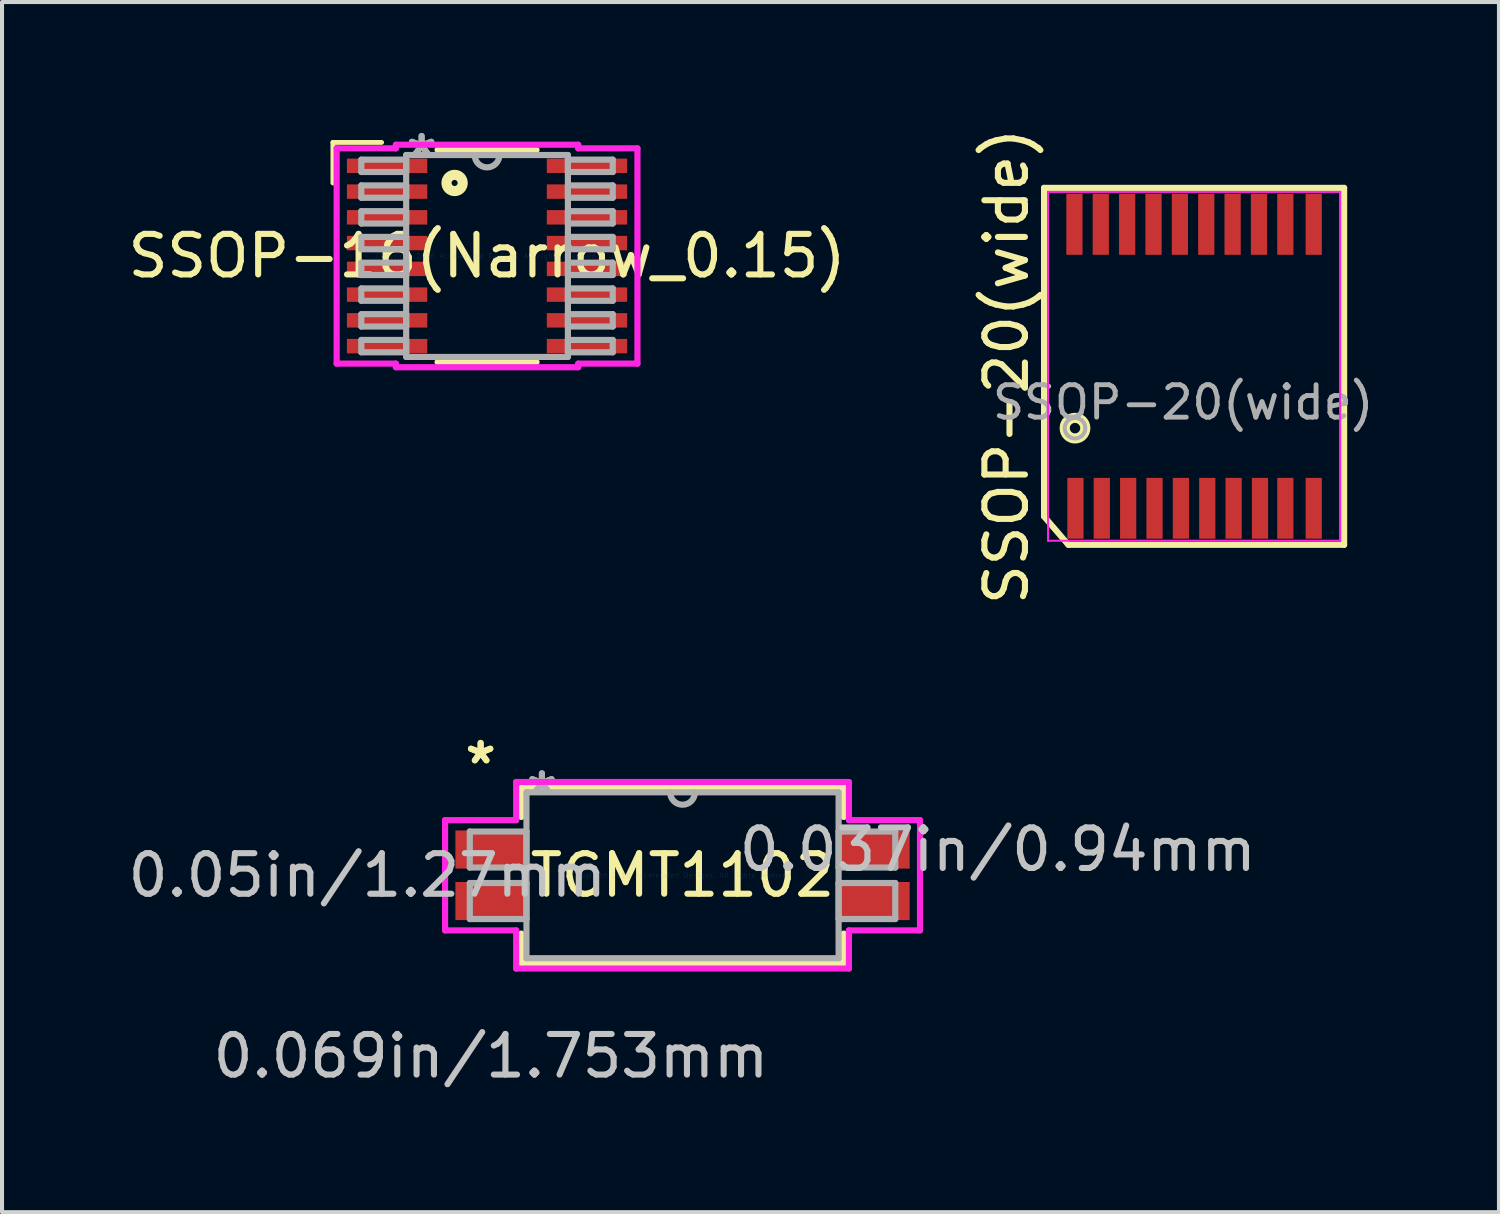
<source format=kicad_pcb>
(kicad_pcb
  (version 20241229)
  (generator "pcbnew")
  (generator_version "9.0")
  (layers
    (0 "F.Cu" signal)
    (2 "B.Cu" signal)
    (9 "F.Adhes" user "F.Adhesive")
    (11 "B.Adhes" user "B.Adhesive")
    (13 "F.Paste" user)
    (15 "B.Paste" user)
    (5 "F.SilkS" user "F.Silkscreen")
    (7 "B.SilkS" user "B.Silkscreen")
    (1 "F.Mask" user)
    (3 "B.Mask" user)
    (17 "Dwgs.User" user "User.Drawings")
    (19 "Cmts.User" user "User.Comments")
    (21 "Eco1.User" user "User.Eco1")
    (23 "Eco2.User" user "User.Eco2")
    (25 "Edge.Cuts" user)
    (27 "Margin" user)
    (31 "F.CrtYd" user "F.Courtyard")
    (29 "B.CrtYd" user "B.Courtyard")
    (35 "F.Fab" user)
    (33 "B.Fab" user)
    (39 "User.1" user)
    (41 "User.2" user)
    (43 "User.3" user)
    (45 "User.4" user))
  (footprint "SSOP-20(wide)"
    (layer "F.Cu")
    (at 26.39 5.982)
    (property "Reference" "SSOP-20(wide)" (at -4.625 0 90) (layer "F.SilkS") (effects (font (size 1 1) (thickness 0.15))))
    (attr smd)
    (fp_line (start -3.7 -4.4) (end 3.7 -4.4) (stroke (width 0.15) (type solid)) (layer "F.SilkS"))
    (fp_line (start -3.7 3.7) (end -3.7 -4.4) (stroke (width 0.15) (type solid)) (layer "F.SilkS"))
    (fp_line (start -3.1 4.4) (end -3.7 3.7) (stroke (width 0.15) (type solid)) (layer "F.SilkS"))
    (fp_line (start 3.7 -4.4) (end 3.7 4.4) (stroke (width 0.15) (type solid)) (layer "F.SilkS"))
    (fp_line (start 3.7 4.4) (end -3.1 4.4) (stroke (width 0.15) (type solid)) (layer "F.SilkS"))
    (fp_circle (center -2.936 1.524) (end -2.682 1.524) (stroke (width 0.25) (type solid)) (fill no) (layer "F.SilkS"))
    (fp_line (start -3.6 -4.3) (end 3.6 -4.3) (stroke (width 0.05) (type solid)) (layer "F.CrtYd"))
    (fp_line (start -3.6 4.3) (end -3.6 -4.3) (stroke (width 0.05) (type solid)) (layer "F.CrtYd"))
    (fp_line (start 3.6 -4.3) (end 3.6 4.3) (stroke (width 0.05) (type solid)) (layer "F.CrtYd"))
    (fp_line (start 3.6 4.3) (end -3.6 4.3) (stroke (width 0.05) (type solid)) (layer "F.CrtYd"))
    (fp_circle (center -2.936 1.524) (end -2.682 1.524) (stroke (width 0.1) (type solid)) (fill no) (layer "F.Fab"))
    (fp_text user "${REFERENCE}" (at -0.269 0.889 0) (layer "F.Fab") (effects (font (size 0.8 0.8) (thickness 0.12))))
    (pad "1" smd rect (at -2.925 3.5) (size 0.4 1.5) (layers "F.Cu" "F.Mask" "F.Paste"))
    (pad "2" smd rect (at -2.275 3.5) (size 0.4 1.5) (layers "F.Cu" "F.Mask" "F.Paste"))
    (pad "3" smd rect (at -1.625 3.5) (size 0.4 1.5) (layers "F.Cu" "F.Mask" "F.Paste"))
    (pad "4" smd rect (at -0.975 3.5) (size 0.4 1.5) (layers "F.Cu" "F.Mask" "F.Paste"))
    (pad "5" smd rect (at -0.325 3.5) (size 0.4 1.5) (layers "F.Cu" "F.Mask" "F.Paste"))
    (pad "6" smd rect (at 0.325 3.5) (size 0.4 1.5) (layers "F.Cu" "F.Mask" "F.Paste"))
    (pad "7" smd rect (at 0.975 3.5) (size 0.4 1.5) (layers "F.Cu" "F.Mask" "F.Paste"))
    (pad "8" smd rect (at 1.625 3.5) (size 0.4 1.5) (layers "F.Cu" "F.Mask" "F.Paste"))
    (pad "9" smd rect (at 2.25 3.5) (size 0.4 1.5) (layers "F.Cu" "F.Mask" "F.Paste"))
    (pad "10" smd rect (at 2.95 3.5) (size 0.4 1.5) (layers "F.Cu" "F.Mask" "F.Paste"))
    (pad "11" smd rect (at 2.95 -3.5) (size 0.4 1.5) (layers "F.Cu" "F.Mask" "F.Paste"))
    (pad "12" smd rect (at 2.25 -3.5) (size 0.4 1.5) (layers "F.Cu" "F.Mask" "F.Paste"))
    (pad "13" smd rect (at 1.6 -3.5) (size 0.4 1.5) (layers "F.Cu" "F.Mask" "F.Paste"))
    (pad "14" smd rect (at 0.95 -3.5) (size 0.4 1.5) (layers "F.Cu" "F.Mask" "F.Paste"))
    (pad "15" smd rect (at 0.3 -3.5) (size 0.4 1.5) (layers "F.Cu" "F.Mask" "F.Paste"))
    (pad "16" smd rect (at -0.35 -3.5) (size 0.4 1.5) (layers "F.Cu" "F.Mask" "F.Paste"))
    (pad "17" smd rect (at -1 -3.5) (size 0.4 1.5) (layers "F.Cu" "F.Mask" "F.Paste"))
    (pad "18" smd rect (at -1.65 -3.5) (size 0.4 1.5) (layers "F.Cu" "F.Mask" "F.Paste"))
    (pad "19" smd rect (at -2.3 -3.5) (size 0.4 1.5) (layers "F.Cu" "F.Mask" "F.Paste"))
    (pad "20" smd rect (at -2.95 -3.5) (size 0.4 1.5) (layers "F.Cu" "F.Mask" "F.Paste")))
  (footprint "SSOP-16(Narrow_0.15)"
    (layer "F.Cu")
    (at 8.958 3.261)
    (property "Reference" "SSOP-16(Narrow_0.15)" (at 0 0 0) (layer "F.SilkS") (effects (font (size 1 1) (thickness 0.15))))
    (attr through_hole)
    (fp_line (start -3.8 -2.8) (end -3.8 -1.8) (stroke (width 0.12) (type solid)) (layer "F.SilkS"))
    (fp_line (start -2.6 -2.8) (end -3.8 -2.8) (stroke (width 0.12) (type solid)) (layer "F.SilkS"))
    (fp_line (start -1.22 2.616) (end 1.22 2.616) (stroke (width 0.152) (type solid)) (layer "F.SilkS"))
    (fp_line (start 1.22 -2.616) (end -1.22 -2.616) (stroke (width 0.152) (type solid)) (layer "F.SilkS"))
    (fp_circle (center -0.8 -1.8) (end -0.6 -1.8) (stroke (width 0.25) (type solid)) (fill no) (layer "F.SilkS"))
    (fp_line (start -3.708 -2.654) (end -2.248 -2.654) (stroke (width 0.152) (type solid)) (layer "F.CrtYd"))
    (fp_line (start -3.708 2.654) (end -3.708 -2.654) (stroke (width 0.152) (type solid)) (layer "F.CrtYd"))
    (fp_line (start -2.248 -2.743) (end 2.248 -2.743) (stroke (width 0.152) (type solid)) (layer "F.CrtYd"))
    (fp_line (start -2.248 -2.654) (end -2.248 -2.743) (stroke (width 0.152) (type solid)) (layer "F.CrtYd"))
    (fp_line (start -2.248 2.654) (end -3.708 2.654) (stroke (width 0.152) (type solid)) (layer "F.CrtYd"))
    (fp_line (start -2.248 2.743) (end -2.248 2.654) (stroke (width 0.152) (type solid)) (layer "F.CrtYd"))
    (fp_line (start 2.248 -2.743) (end 2.248 -2.654) (stroke (width 0.152) (type solid)) (layer "F.CrtYd"))
    (fp_line (start 2.248 -2.654) (end 3.708 -2.654) (stroke (width 0.152) (type solid)) (layer "F.CrtYd"))
    (fp_line (start 2.248 2.654) (end 2.248 2.743) (stroke (width 0.152) (type solid)) (layer "F.CrtYd"))
    (fp_line (start 2.248 2.743) (end -2.248 2.743) (stroke (width 0.152) (type solid)) (layer "F.CrtYd"))
    (fp_line (start 3.708 -2.654) (end 3.708 2.654) (stroke (width 0.152) (type solid)) (layer "F.CrtYd"))
    (fp_line (start 3.708 2.654) (end 2.248 2.654) (stroke (width 0.152) (type solid)) (layer "F.CrtYd"))
    (fp_line (start -3.099 -2.375) (end -3.099 -2.07) (stroke (width 0.152) (type solid)) (layer "F.Fab"))
    (fp_line (start -3.099 -2.07) (end -1.994 -2.07) (stroke (width 0.152) (type solid)) (layer "F.Fab"))
    (fp_line (start -3.099 -1.74) (end -3.099 -1.435) (stroke (width 0.152) (type solid)) (layer "F.Fab"))
    (fp_line (start -3.099 -1.435) (end -1.994 -1.435) (stroke (width 0.152) (type solid)) (layer "F.Fab"))
    (fp_line (start -3.099 -1.105) (end -3.099 -0.8) (stroke (width 0.152) (type solid)) (layer "F.Fab"))
    (fp_line (start -3.099 -0.8) (end -1.994 -0.8) (stroke (width 0.152) (type solid)) (layer "F.Fab"))
    (fp_line (start -3.099 -0.47) (end -3.099 -0.165) (stroke (width 0.152) (type solid)) (layer "F.Fab"))
    (fp_line (start -3.099 -0.165) (end -1.994 -0.165) (stroke (width 0.152) (type solid)) (layer "F.Fab"))
    (fp_line (start -3.099 0.165) (end -3.099 0.47) (stroke (width 0.152) (type solid)) (layer "F.Fab"))
    (fp_line (start -3.099 0.47) (end -1.994 0.47) (stroke (width 0.152) (type solid)) (layer "F.Fab"))
    (fp_line (start -3.099 0.8) (end -3.099 1.105) (stroke (width 0.152) (type solid)) (layer "F.Fab"))
    (fp_line (start -3.099 1.105) (end -1.994 1.105) (stroke (width 0.152) (type solid)) (layer "F.Fab"))
    (fp_line (start -3.099 1.435) (end -3.099 1.74) (stroke (width 0.152) (type solid)) (layer "F.Fab"))
    (fp_line (start -3.099 1.74) (end -1.994 1.74) (stroke (width 0.152) (type solid)) (layer "F.Fab"))
    (fp_line (start -3.099 2.07) (end -3.099 2.375) (stroke (width 0.152) (type solid)) (layer "F.Fab"))
    (fp_line (start -3.099 2.375) (end -1.994 2.375) (stroke (width 0.152) (type solid)) (layer "F.Fab"))
    (fp_line (start -1.994 -2.489) (end -1.994 2.489) (stroke (width 0.152) (type solid)) (layer "F.Fab"))
    (fp_line (start -1.994 -2.375) (end -3.099 -2.375) (stroke (width 0.152) (type solid)) (layer "F.Fab"))
    (fp_line (start -1.994 -2.07) (end -1.994 -2.375) (stroke (width 0.152) (type solid)) (layer "F.Fab"))
    (fp_line (start -1.994 -1.74) (end -3.099 -1.74) (stroke (width 0.152) (type solid)) (layer "F.Fab"))
    (fp_line (start -1.994 -1.435) (end -1.994 -1.74) (stroke (width 0.152) (type solid)) (layer "F.Fab"))
    (fp_line (start -1.994 -1.105) (end -3.099 -1.105) (stroke (width 0.152) (type solid)) (layer "F.Fab"))
    (fp_line (start -1.994 -0.8) (end -1.994 -1.105) (stroke (width 0.152) (type solid)) (layer "F.Fab"))
    (fp_line (start -1.994 -0.47) (end -3.099 -0.47) (stroke (width 0.152) (type solid)) (layer "F.Fab"))
    (fp_line (start -1.994 -0.165) (end -1.994 -0.47) (stroke (width 0.152) (type solid)) (layer "F.Fab"))
    (fp_line (start -1.994 0.165) (end -3.099 0.165) (stroke (width 0.152) (type solid)) (layer "F.Fab"))
    (fp_line (start -1.994 0.47) (end -1.994 0.165) (stroke (width 0.152) (type solid)) (layer "F.Fab"))
    (fp_line (start -1.994 0.8) (end -3.099 0.8) (stroke (width 0.152) (type solid)) (layer "F.Fab"))
    (fp_line (start -1.994 1.105) (end -1.994 0.8) (stroke (width 0.152) (type solid)) (layer "F.Fab"))
    (fp_line (start -1.994 1.435) (end -3.099 1.435) (stroke (width 0.152) (type solid)) (layer "F.Fab"))
    (fp_line (start -1.994 1.74) (end -1.994 1.435) (stroke (width 0.152) (type solid)) (layer "F.Fab"))
    (fp_line (start -1.994 2.07) (end -3.099 2.07) (stroke (width 0.152) (type solid)) (layer "F.Fab"))
    (fp_line (start -1.994 2.375) (end -1.994 2.07) (stroke (width 0.152) (type solid)) (layer "F.Fab"))
    (fp_line (start -1.994 2.489) (end 1.994 2.489) (stroke (width 0.152) (type solid)) (layer "F.Fab"))
    (fp_line (start 1.994 -2.489) (end -1.994 -2.489) (stroke (width 0.152) (type solid)) (layer "F.Fab"))
    (fp_line (start 1.994 -2.375) (end 1.994 -2.07) (stroke (width 0.152) (type solid)) (layer "F.Fab"))
    (fp_line (start 1.994 -2.07) (end 3.099 -2.07) (stroke (width 0.152) (type solid)) (layer "F.Fab"))
    (fp_line (start 1.994 -1.74) (end 1.994 -1.435) (stroke (width 0.152) (type solid)) (layer "F.Fab"))
    (fp_line (start 1.994 -1.435) (end 3.099 -1.435) (stroke (width 0.152) (type solid)) (layer "F.Fab"))
    (fp_line (start 1.994 -1.105) (end 1.994 -0.8) (stroke (width 0.152) (type solid)) (layer "F.Fab"))
    (fp_line (start 1.994 -0.8) (end 3.099 -0.8) (stroke (width 0.152) (type solid)) (layer "F.Fab"))
    (fp_line (start 1.994 -0.47) (end 1.994 -0.165) (stroke (width 0.152) (type solid)) (layer "F.Fab"))
    (fp_line (start 1.994 -0.165) (end 3.099 -0.165) (stroke (width 0.152) (type solid)) (layer "F.Fab"))
    (fp_line (start 1.994 0.165) (end 1.994 0.47) (stroke (width 0.152) (type solid)) (layer "F.Fab"))
    (fp_line (start 1.994 0.47) (end 3.099 0.47) (stroke (width 0.152) (type solid)) (layer "F.Fab"))
    (fp_line (start 1.994 0.8) (end 1.994 1.105) (stroke (width 0.152) (type solid)) (layer "F.Fab"))
    (fp_line (start 1.994 1.105) (end 3.099 1.105) (stroke (width 0.152) (type solid)) (layer "F.Fab"))
    (fp_line (start 1.994 1.435) (end 1.994 1.74) (stroke (width 0.152) (type solid)) (layer "F.Fab"))
    (fp_line (start 1.994 1.74) (end 3.099 1.74) (stroke (width 0.152) (type solid)) (layer "F.Fab"))
    (fp_line (start 1.994 2.07) (end 1.994 2.375) (stroke (width 0.152) (type solid)) (layer "F.Fab"))
    (fp_line (start 1.994 2.375) (end 3.099 2.375) (stroke (width 0.152) (type solid)) (layer "F.Fab"))
    (fp_line (start 1.994 2.489) (end 1.994 -2.489) (stroke (width 0.152) (type solid)) (layer "F.Fab"))
    (fp_line (start 3.099 -2.375) (end 1.994 -2.375) (stroke (width 0.152) (type solid)) (layer "F.Fab"))
    (fp_line (start 3.099 -2.07) (end 3.099 -2.375) (stroke (width 0.152) (type solid)) (layer "F.Fab"))
    (fp_line (start 3.099 -1.74) (end 1.994 -1.74) (stroke (width 0.152) (type solid)) (layer "F.Fab"))
    (fp_line (start 3.099 -1.435) (end 3.099 -1.74) (stroke (width 0.152) (type solid)) (layer "F.Fab"))
    (fp_line (start 3.099 -1.105) (end 1.994 -1.105) (stroke (width 0.152) (type solid)) (layer "F.Fab"))
    (fp_line (start 3.099 -0.8) (end 3.099 -1.105) (stroke (width 0.152) (type solid)) (layer "F.Fab"))
    (fp_line (start 3.099 -0.47) (end 1.994 -0.47) (stroke (width 0.152) (type solid)) (layer "F.Fab"))
    (fp_line (start 3.099 -0.165) (end 3.099 -0.47) (stroke (width 0.152) (type solid)) (layer "F.Fab"))
    (fp_line (start 3.099 0.165) (end 1.994 0.165) (stroke (width 0.152) (type solid)) (layer "F.Fab"))
    (fp_line (start 3.099 0.47) (end 3.099 0.165) (stroke (width 0.152) (type solid)) (layer "F.Fab"))
    (fp_line (start 3.099 0.8) (end 1.994 0.8) (stroke (width 0.152) (type solid)) (layer "F.Fab"))
    (fp_line (start 3.099 1.105) (end 3.099 0.8) (stroke (width 0.152) (type solid)) (layer "F.Fab"))
    (fp_line (start 3.099 1.435) (end 1.994 1.435) (stroke (width 0.152) (type solid)) (layer "F.Fab"))
    (fp_line (start 3.099 1.74) (end 3.099 1.435) (stroke (width 0.152) (type solid)) (layer "F.Fab"))
    (fp_line (start 3.099 2.07) (end 1.994 2.07) (stroke (width 0.152) (type solid)) (layer "F.Fab"))
    (fp_line (start 3.099 2.375) (end 3.099 2.07) (stroke (width 0.152) (type solid)) (layer "F.Fab"))
    (fp_arc (start 0.3048 -2.4892) (mid 0 -2.1844) (end -0.3048 -2.4892) (stroke (width 0.1524) (type solid)) (layer "F.Fab"))
    (fp_text user "Copyright 2016 Accelerated Designs. All rights reserved." (at 0 0 0) (layer "Cmts.User") (effects (font (size 0.127 0.127) (thickness 0.002))))
    (fp_text user "*" (at -1.613 -2.413 0) (layer "F.Fab") (effects (font (size 1 1) (thickness 0.15))))
    (fp_text user "*" (at -1.613 -2.413 0) (layer "F.Fab") (effects (font (size 1 1) (thickness 0.15))))
    (pad "1" smd rect (at -2.464 -2.223) (size 1.981 0.356) (layers "F.Cu" "F.Mask" "F.Paste"))
    (pad "2" smd rect (at -2.464 -1.587) (size 1.981 0.356) (layers "F.Cu" "F.Mask" "F.Paste"))
    (pad "3" smd rect (at -2.464 -0.953) (size 1.981 0.356) (layers "F.Cu" "F.Mask" "F.Paste"))
    (pad "4" smd rect (at -2.464 -0.318) (size 1.981 0.356) (layers "F.Cu" "F.Mask" "F.Paste"))
    (pad "5" smd rect (at -2.464 0.318) (size 1.981 0.356) (layers "F.Cu" "F.Mask" "F.Paste"))
    (pad "6" smd rect (at -2.464 0.953) (size 1.981 0.356) (layers "F.Cu" "F.Mask" "F.Paste"))
    (pad "7" smd rect (at -2.464 1.587) (size 1.981 0.356) (layers "F.Cu" "F.Mask" "F.Paste"))
    (pad "8" smd rect (at -2.464 2.223) (size 1.981 0.356) (layers "F.Cu" "F.Mask" "F.Paste"))
    (pad "9" smd rect (at 2.464 2.223) (size 1.981 0.356) (layers "F.Cu" "F.Mask" "F.Paste"))
    (pad "10" smd rect (at 2.464 1.587) (size 1.981 0.356) (layers "F.Cu" "F.Mask" "F.Paste"))
    (pad "11" smd rect (at 2.464 0.953) (size 1.981 0.356) (layers "F.Cu" "F.Mask" "F.Paste"))
    (pad "12" smd rect (at 2.464 0.318) (size 1.981 0.356) (layers "F.Cu" "F.Mask" "F.Paste"))
    (pad "13" smd rect (at 2.464 -0.318) (size 1.981 0.356) (layers "F.Cu" "F.Mask" "F.Paste"))
    (pad "14" smd rect (at 2.464 -0.953) (size 1.981 0.356) (layers "F.Cu" "F.Mask" "F.Paste"))
    (pad "15" smd rect (at 2.464 -1.587) (size 1.981 0.356) (layers "F.Cu" "F.Mask" "F.Paste"))
    (pad "16" smd rect (at 2.464 -2.223) (size 1.981 0.356) (layers "F.Cu" "F.Mask" "F.Paste")))
  (footprint "TCMT1102"
    (layer "F.Cu")
    (at 13.778 18.53)
    (property "Reference" "TCMT1102" (at 0 0 0) (layer "F.SilkS") (effects (font (size 1 1) (thickness 0.15))))
    (attr through_hole)
    (fp_line (start -3.975 -2.172) (end -3.975 -1.438) (stroke (width 0.152) (type solid)) (layer "F.SilkS"))
    (fp_line (start -3.975 1.438) (end -3.975 2.172) (stroke (width 0.152) (type solid)) (layer "F.SilkS"))
    (fp_line (start -3.975 2.172) (end 3.975 2.172) (stroke (width 0.152) (type solid)) (layer "F.SilkS"))
    (fp_line (start 3.975 -2.172) (end -3.975 -2.172) (stroke (width 0.152) (type solid)) (layer "F.SilkS"))
    (fp_line (start 3.975 -1.438) (end 3.975 -2.172) (stroke (width 0.152) (type solid)) (layer "F.SilkS"))
    (fp_line (start 3.975 2.172) (end 3.975 1.438) (stroke (width 0.152) (type solid)) (layer "F.SilkS"))
    (fp_line (start -5.855 -1.359) (end -4.102 -1.359) (stroke (width 0.152) (type solid)) (layer "F.CrtYd"))
    (fp_line (start -5.855 1.359) (end -5.855 -1.359) (stroke (width 0.152) (type solid)) (layer "F.CrtYd"))
    (fp_line (start -4.102 -2.299) (end 4.102 -2.299) (stroke (width 0.152) (type solid)) (layer "F.CrtYd"))
    (fp_line (start -4.102 -1.359) (end -4.102 -2.299) (stroke (width 0.152) (type solid)) (layer "F.CrtYd"))
    (fp_line (start -4.102 1.359) (end -5.855 1.359) (stroke (width 0.152) (type solid)) (layer "F.CrtYd"))
    (fp_line (start -4.102 2.299) (end -4.102 1.359) (stroke (width 0.152) (type solid)) (layer "F.CrtYd"))
    (fp_line (start 4.102 -2.299) (end 4.102 -1.359) (stroke (width 0.152) (type solid)) (layer "F.CrtYd"))
    (fp_line (start 4.102 -1.359) (end 5.855 -1.359) (stroke (width 0.152) (type solid)) (layer "F.CrtYd"))
    (fp_line (start 4.102 1.359) (end 4.102 2.299) (stroke (width 0.152) (type solid)) (layer "F.CrtYd"))
    (fp_line (start 4.102 2.299) (end -4.102 2.299) (stroke (width 0.152) (type solid)) (layer "F.CrtYd"))
    (fp_line (start 5.855 -1.359) (end 5.855 1.359) (stroke (width 0.152) (type solid)) (layer "F.CrtYd"))
    (fp_line (start 5.855 1.359) (end 4.102 1.359) (stroke (width 0.152) (type solid)) (layer "F.CrtYd"))
    (fp_line (start -5.245 -1.079) (end -5.245 -0.191) (stroke (width 0.152) (type solid)) (layer "F.Fab"))
    (fp_line (start -5.245 -0.191) (end -3.848 -0.191) (stroke (width 0.152) (type solid)) (layer "F.Fab"))
    (fp_line (start -5.245 0.191) (end -5.245 1.079) (stroke (width 0.152) (type solid)) (layer "F.Fab"))
    (fp_line (start -5.245 1.079) (end -3.848 1.079) (stroke (width 0.152) (type solid)) (layer "F.Fab"))
    (fp_line (start -3.848 -2.045) (end -3.848 2.045) (stroke (width 0.152) (type solid)) (layer "F.Fab"))
    (fp_line (start -3.848 -1.079) (end -5.245 -1.079) (stroke (width 0.152) (type solid)) (layer "F.Fab"))
    (fp_line (start -3.848 -0.191) (end -3.848 -1.079) (stroke (width 0.152) (type solid)) (layer "F.Fab"))
    (fp_line (start -3.848 0.191) (end -5.245 0.191) (stroke (width 0.152) (type solid)) (layer "F.Fab"))
    (fp_line (start -3.848 1.079) (end -3.848 0.191) (stroke (width 0.152) (type solid)) (layer "F.Fab"))
    (fp_line (start -3.848 2.045) (end 3.848 2.045) (stroke (width 0.152) (type solid)) (layer "F.Fab"))
    (fp_line (start 3.848 -2.045) (end -3.848 -2.045) (stroke (width 0.152) (type solid)) (layer "F.Fab"))
    (fp_line (start 3.848 -1.079) (end 3.848 -0.191) (stroke (width 0.152) (type solid)) (layer "F.Fab"))
    (fp_line (start 3.848 -0.191) (end 5.245 -0.191) (stroke (width 0.152) (type solid)) (layer "F.Fab"))
    (fp_line (start 3.848 0.191) (end 3.848 1.079) (stroke (width 0.152) (type solid)) (layer "F.Fab"))
    (fp_line (start 3.848 1.079) (end 5.245 1.079) (stroke (width 0.152) (type solid)) (layer "F.Fab"))
    (fp_line (start 3.848 2.045) (end 3.848 -2.045) (stroke (width 0.152) (type solid)) (layer "F.Fab"))
    (fp_line (start 5.245 -1.079) (end 3.848 -1.079) (stroke (width 0.152) (type solid)) (layer "F.Fab"))
    (fp_line (start 5.245 -0.191) (end 5.245 -1.079) (stroke (width 0.152) (type solid)) (layer "F.Fab"))
    (fp_line (start 5.245 0.191) (end 3.848 0.191) (stroke (width 0.152) (type solid)) (layer "F.Fab"))
    (fp_line (start 5.245 1.079) (end 5.245 0.191) (stroke (width 0.152) (type solid)) (layer "F.Fab"))
    (fp_arc (start 0.3048 -2.0447) (mid 0 -1.7399) (end -0.3048 -2.0447) (stroke (width 0.1524) (type solid)) (layer "F.Fab"))
    (fp_text user "*" (at -4.978 -2.718 0) (layer "F.SilkS") (effects (font (size 1 1) (thickness 0.15))))
    (fp_text user "*" (at -4.978 -2.718 0) (layer "F.SilkS") (effects (font (size 1 1) (thickness 0.15))))
    (fp_text user "0.05in/1.27mm" (at -7.772 0 0) (layer "Dwgs.User") (effects (font (size 1 1) (thickness 0.15))))
    (fp_text user "0.069in/1.753mm" (at -4.724 4.458 0) (layer "Dwgs.User") (effects (font (size 1 1) (thickness 0.15))))
    (fp_text user "0.037in/0.94mm" (at 7.772 -0.635 0) (layer "Dwgs.User") (effects (font (size 1 1) (thickness 0.15))))
    (fp_text user "Copyright 2016 Accelerated Designs. All rights reserved." (at 0 0 0) (layer "Cmts.User") (effects (font (size 0.127 0.127) (thickness 0.002))))
    (fp_text user "*" (at -3.467 -1.968 0) (layer "F.Fab") (effects (font (size 1 1) (thickness 0.15))))
    (fp_text user "*" (at -3.467 -1.968 0) (layer "F.Fab") (effects (font (size 1 1) (thickness 0.15))))
    (pad "1" smd rect (at -4.724 -0.635) (size 1.753 0.94) (layers "F.Cu" "F.Mask" "F.Paste"))
    (pad "2" smd rect (at -4.724 0.635) (size 1.753 0.94) (layers "F.Cu" "F.Mask" "F.Paste"))
    (pad "3" smd rect (at 4.724 0.635) (size 1.753 0.94) (layers "F.Cu" "F.Mask" "F.Paste"))
    (pad "4" smd rect (at 4.724 -0.635) (size 1.753 0.94) (layers "F.Cu" "F.Mask" "F.Paste")))
  (gr_rect
    (start -3 -3)
    (end 33.907 26.836)
    (stroke (width 0.1) (type default))
    (fill no)
    (layer "Edge.Cuts")))
</source>
